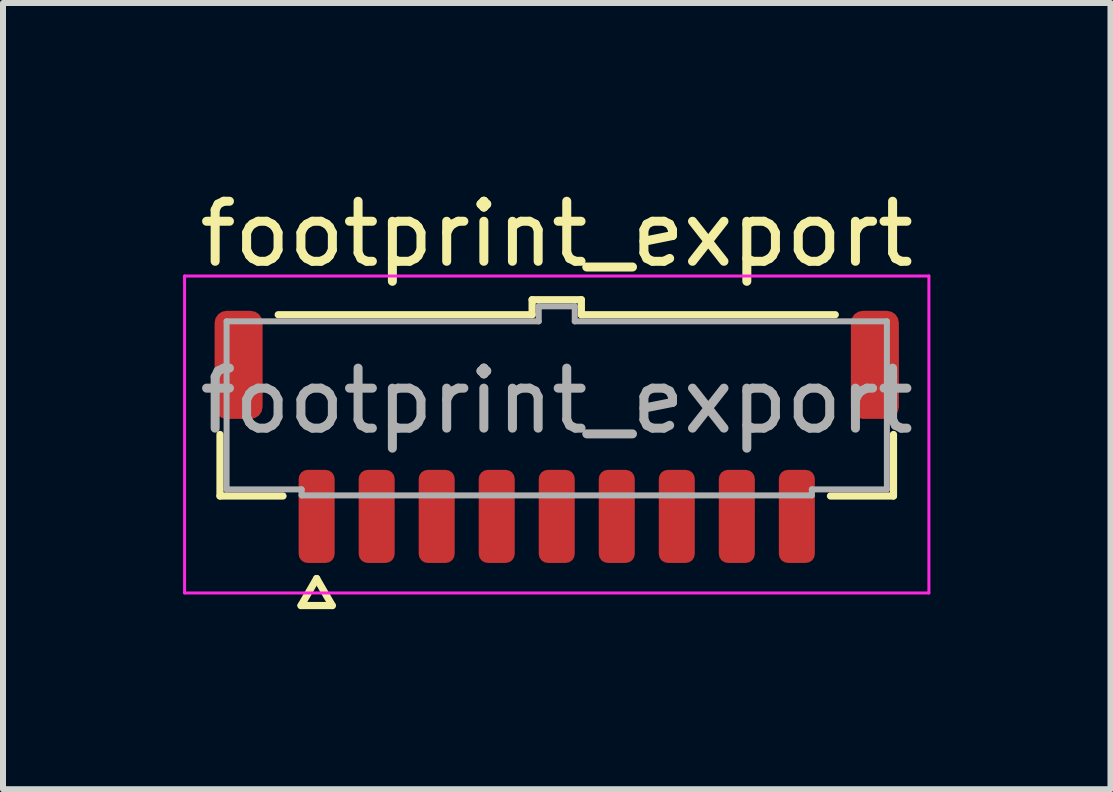
<source format=kicad_pcb>
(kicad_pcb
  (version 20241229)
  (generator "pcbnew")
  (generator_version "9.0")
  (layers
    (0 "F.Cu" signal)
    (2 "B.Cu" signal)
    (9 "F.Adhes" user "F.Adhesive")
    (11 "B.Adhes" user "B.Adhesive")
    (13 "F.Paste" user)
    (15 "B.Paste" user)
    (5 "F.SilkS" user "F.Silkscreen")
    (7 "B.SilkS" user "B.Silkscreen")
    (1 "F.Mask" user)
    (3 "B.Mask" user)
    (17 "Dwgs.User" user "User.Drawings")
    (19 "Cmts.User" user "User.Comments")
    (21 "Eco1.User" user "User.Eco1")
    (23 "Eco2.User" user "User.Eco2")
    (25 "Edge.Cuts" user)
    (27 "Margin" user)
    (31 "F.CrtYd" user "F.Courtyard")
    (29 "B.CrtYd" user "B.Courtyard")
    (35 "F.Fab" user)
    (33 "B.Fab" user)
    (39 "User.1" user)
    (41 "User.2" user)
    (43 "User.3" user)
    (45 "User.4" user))
  (footprint "footprint_export"
    (layer "F.Cu")
    (at 6.225 3.628)
    (property "Reference" "footprint_export" (at 0 -2.78 0) (layer "F.SilkS") (effects (font (size 1 1) (thickness 0.15))))
    (attr smd)
    (fp_line (start -5.61 1.585) (end -5.61 0.56) (stroke (width 0.12) (type solid)) (layer "F.SilkS"))
    (fp_line (start -4.64 -1.435) (end -0.41 -1.435) (stroke (width 0.12) (type solid)) (layer "F.SilkS"))
    (fp_line (start -4.56 1.585) (end -5.61 1.585) (stroke (width 0.12) (type solid)) (layer "F.SilkS"))
    (fp_line (start -4.26 3.41) (end -4 2.96) (stroke (width 0.12) (type solid)) (layer "F.SilkS"))
    (fp_line (start -4 2.96) (end -3.74 3.41) (stroke (width 0.12) (type solid)) (layer "F.SilkS"))
    (fp_line (start -3.74 3.41) (end -4.26 3.41) (stroke (width 0.12) (type solid)) (layer "F.SilkS"))
    (fp_line (start -0.41 -1.685) (end 0.41 -1.685) (stroke (width 0.12) (type solid)) (layer "F.SilkS"))
    (fp_line (start -0.41 -1.435) (end -0.41 -1.685) (stroke (width 0.12) (type solid)) (layer "F.SilkS"))
    (fp_line (start 0.41 -1.685) (end 0.41 -1.435) (stroke (width 0.12) (type solid)) (layer "F.SilkS"))
    (fp_line (start 0.41 -1.435) (end 4.64 -1.435) (stroke (width 0.12) (type solid)) (layer "F.SilkS"))
    (fp_line (start 5.61 0.56) (end 5.61 1.585) (stroke (width 0.12) (type solid)) (layer "F.SilkS"))
    (fp_line (start 5.61 1.585) (end 4.56 1.585) (stroke (width 0.12) (type solid)) (layer "F.SilkS"))
    (fp_line (start -6.2 -2.08) (end -6.2 3.2) (stroke (width 0.05) (type solid)) (layer "F.CrtYd"))
    (fp_line (start -6.2 3.2) (end 6.2 3.2) (stroke (width 0.05) (type solid)) (layer "F.CrtYd"))
    (fp_line (start 6.2 -2.08) (end -6.2 -2.08) (stroke (width 0.05) (type solid)) (layer "F.CrtYd"))
    (fp_line (start 6.2 3.2) (end 6.2 -2.08) (stroke (width 0.05) (type solid)) (layer "F.CrtYd"))
    (fp_line (start -5.5 -1.325) (end -0.3 -1.325) (stroke (width 0.1) (type solid)) (layer "F.Fab"))
    (fp_line (start -5.5 1.475) (end -5.5 -1.325) (stroke (width 0.1) (type solid)) (layer "F.Fab"))
    (fp_line (start -4.25 1.475) (end -5.5 1.475) (stroke (width 0.1) (type solid)) (layer "F.Fab"))
    (fp_line (start -4.25 1.575) (end -4.25 1.475) (stroke (width 0.1) (type solid)) (layer "F.Fab"))
    (fp_line (start -0.3 -1.575) (end 0.3 -1.575) (stroke (width 0.1) (type solid)) (layer "F.Fab"))
    (fp_line (start -0.3 -1.325) (end -0.3 -1.575) (stroke (width 0.1) (type solid)) (layer "F.Fab"))
    (fp_line (start 0.3 -1.575) (end 0.3 -1.325) (stroke (width 0.1) (type solid)) (layer "F.Fab"))
    (fp_line (start 0.3 -1.325) (end 5.5 -1.325) (stroke (width 0.1) (type solid)) (layer "F.Fab"))
    (fp_line (start 4.25 1.475) (end 4.25 1.575) (stroke (width 0.1) (type solid)) (layer "F.Fab"))
    (fp_line (start 4.25 1.575) (end -4.25 1.575) (stroke (width 0.1) (type solid)) (layer "F.Fab"))
    (fp_line (start 5.5 -1.325) (end 5.5 1.475) (stroke (width 0.1) (type solid)) (layer "F.Fab"))
    (fp_line (start 5.5 1.475) (end 4.25 1.475) (stroke (width 0.1) (type solid)) (layer "F.Fab"))
    (fp_text user "${REFERENCE}" (at 0 0 0) (layer "F.Fab") (effects (font (size 1 1) (thickness 0.15))))
    (pad "1" smd roundrect (at -4 1.925) (size 0.6 1.55) (layers "F.Cu" "F.Mask" "F.Paste") (roundrect_rratio 0.25))
    (pad "2" smd roundrect (at -3 1.925) (size 0.6 1.55) (layers "F.Cu" "F.Mask" "F.Paste") (roundrect_rratio 0.25))
    (pad "3" smd roundrect (at -2 1.925) (size 0.6 1.55) (layers "F.Cu" "F.Mask" "F.Paste") (roundrect_rratio 0.25))
    (pad "4" smd roundrect (at -1 1.925) (size 0.6 1.55) (layers "F.Cu" "F.Mask" "F.Paste") (roundrect_rratio 0.25))
    (pad "5" smd roundrect (at 0 1.925) (size 0.6 1.55) (layers "F.Cu" "F.Mask" "F.Paste") (roundrect_rratio 0.25))
    (pad "6" smd roundrect (at 1 1.925) (size 0.6 1.55) (layers "F.Cu" "F.Mask" "F.Paste") (roundrect_rratio 0.25))
    (pad "7" smd roundrect (at 2 1.925) (size 0.6 1.55) (layers "F.Cu" "F.Mask" "F.Paste") (roundrect_rratio 0.25))
    (pad "8" smd roundrect (at 3 1.925) (size 0.6 1.55) (layers "F.Cu" "F.Mask" "F.Paste") (roundrect_rratio 0.25))
    (pad "9" smd roundrect (at 4 1.925) (size 0.6 1.55) (layers "F.Cu" "F.Mask" "F.Paste") (roundrect_rratio 0.25))
    (pad "MP" smd roundrect (at -5.3 -0.6) (size 0.8 1.8) (layers "F.Cu" "F.Mask" "F.Paste") (roundrect_rratio 0.25))
    (pad "MP" smd roundrect (at 5.3 -0.6) (size 0.8 1.8) (layers "F.Cu" "F.Mask" "F.Paste") (roundrect_rratio 0.25)))
  (gr_rect
    (start -3 -3)
    (end 15.45 10.098)
    (stroke (width 0.1) (type default))
    (fill no)
    (layer "Edge.Cuts")))
</source>
